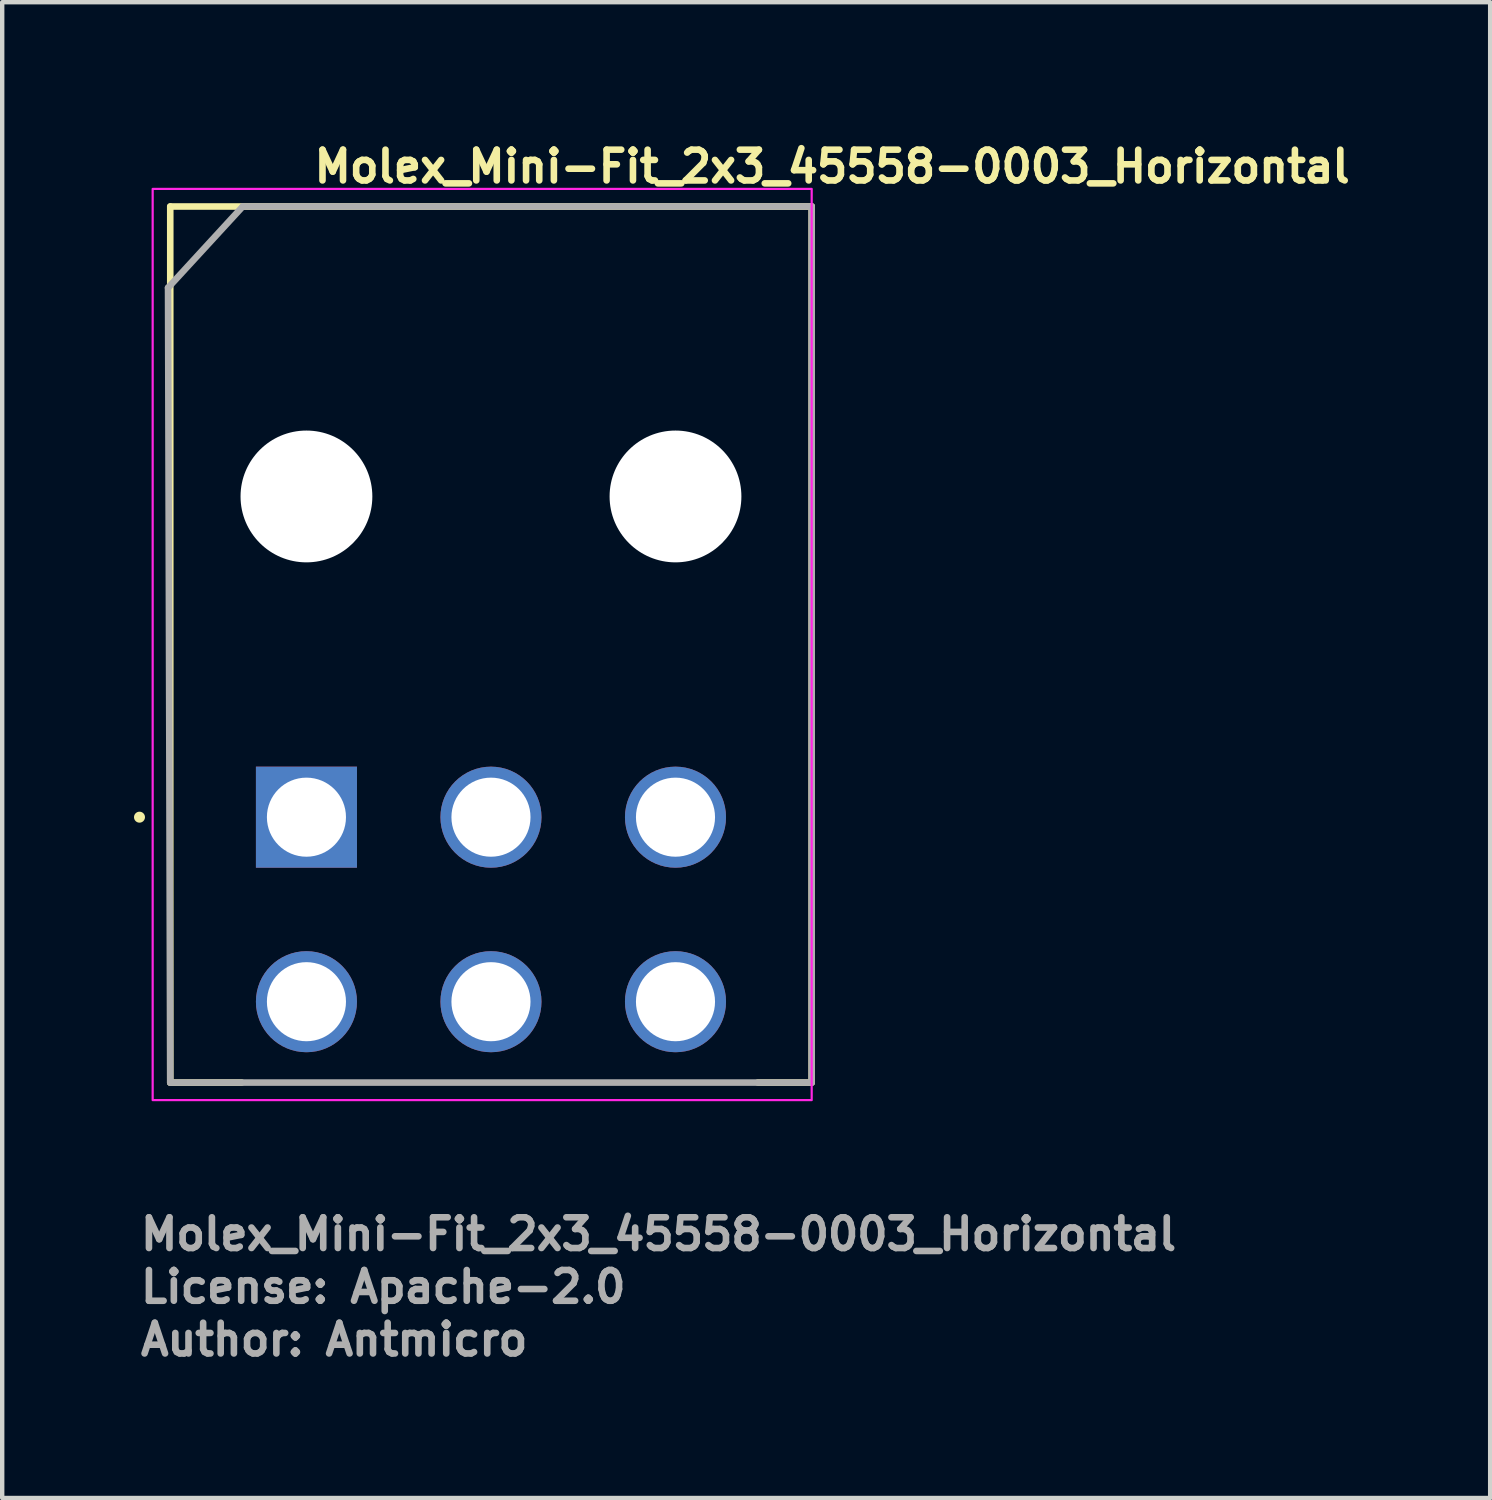
<source format=kicad_pcb>
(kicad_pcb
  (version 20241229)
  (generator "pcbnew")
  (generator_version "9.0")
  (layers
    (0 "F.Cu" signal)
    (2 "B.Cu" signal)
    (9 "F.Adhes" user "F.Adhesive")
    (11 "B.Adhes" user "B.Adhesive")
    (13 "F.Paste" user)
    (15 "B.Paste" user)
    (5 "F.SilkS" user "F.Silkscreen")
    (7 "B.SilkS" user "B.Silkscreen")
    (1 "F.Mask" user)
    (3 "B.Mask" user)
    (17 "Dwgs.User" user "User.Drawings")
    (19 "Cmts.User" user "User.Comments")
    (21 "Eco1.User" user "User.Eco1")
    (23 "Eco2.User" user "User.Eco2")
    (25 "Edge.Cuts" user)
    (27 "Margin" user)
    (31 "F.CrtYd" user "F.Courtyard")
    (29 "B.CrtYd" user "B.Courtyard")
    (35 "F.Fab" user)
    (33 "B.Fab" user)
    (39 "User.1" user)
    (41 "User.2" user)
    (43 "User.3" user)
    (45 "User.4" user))
  (footprint "Molex_Mini-Fit_2x3_45558-0003_Horizontal"
    (layer "F.Cu")
    (at 3.925 15.55)
    (property "Reference" "Molex_Mini-Fit_2x3_45558-0003_Horizontal" (at 0.1 -14.4 0) (layer "F.SilkS") (effects (font (size 0.7 0.7) (thickness 0.15)) (justify left bottom)))
    (attr through_hole)
    (fp_circle (center 0 -7.299) (end -0.788 -7.299) (stroke (width 1.576) (type solid)) (fill no) (layer "F.Mask"))
    (fp_circle (center 8.4 -7.299) (end 7.612 -7.299) (stroke (width 1.576) (type solid)) (fill no) (layer "F.Mask"))
    (fp_circle (center 0 -7.299) (end -0.788 -7.299) (stroke (width 1.576) (type solid)) (fill no) (layer "B.Mask"))
    (fp_circle (center 8.4 -7.299) (end 7.612 -7.299) (stroke (width 1.576) (type solid)) (fill no) (layer "B.Mask"))
    (fp_line (start -3.1 -13.9) (end 11.5 -13.9) (stroke (width 0.15) (type solid)) (layer "F.SilkS"))
    (fp_line (start -3.1 6.04) (end -3.1 -13.9) (stroke (width 0.15) (type solid)) (layer "F.SilkS"))
    (fp_line (start -3.1 6.04) (end -1.475 6.04) (stroke (width 0.15) (type solid)) (layer "F.SilkS"))
    (fp_line (start 11.5 -13.9) (end 11.5 6.04) (stroke (width 0.15) (type solid)) (layer "F.SilkS"))
    (fp_line (start 11.5 6.04) (end 10.276 6.04) (stroke (width 0.15) (type solid)) (layer "F.SilkS"))
    (fp_circle (center -3.8 0) (end -3.75 0) (stroke (width 0.15) (type solid)) (fill yes) (layer "F.SilkS"))
    (fp_rect (start -3.5 -14.3) (end 11.5 6.44) (stroke (width 0.05) (type solid)) (fill no) (layer "F.CrtYd"))
    (fp_line (start -3.15 -12.05) (end -1.45 -13.9) (stroke (width 0.15) (type solid)) (layer "F.Fab"))
    (fp_line (start -3.1 6.04) (end -3.15 -12.05) (stroke (width 0.15) (type solid)) (layer "F.Fab"))
    (fp_line (start -1.45 -13.9) (end 11.5 -13.9) (stroke (width 0.15) (type solid)) (layer "F.Fab"))
    (fp_line (start 11.5 -13.9) (end 11.5 6.04) (stroke (width 0.15) (type solid)) (layer "F.Fab"))
    (fp_line (start 11.5 6.04) (end -3.1 6.04) (stroke (width 0.15) (type solid)) (layer "F.Fab"))
    (fp_rect (start -3.1 -13.9) (end 11.1 6.035) (stroke (width 0.1) (type solid)) (fill no) (layer "User.5"))
    (fp_line (start -3.1 -13.9) (end -3.1 -1.1) (stroke (width 0.02) (type solid)) (layer "User.9"))
    (fp_line (start -2.982 -13.9) (end -3.1 -13.9) (stroke (width 0.02) (type solid)) (layer "User.9"))
    (fp_line (start -2.982 -13.9) (end -2.982 -13.9) (stroke (width 0.02) (type solid)) (layer "User.9"))
    (fp_line (start -2.982 -1.1) (end -3.1 -1.1) (stroke (width 0.02) (type solid)) (layer "User.9"))
    (fp_line (start -2.982 -1.1) (end -2.982 -1.1) (stroke (width 0.02) (type solid)) (layer "User.9"))
    (fp_line (start -2.7 -13.9) (end -2.982 -13.9) (stroke (width 0.02) (type solid)) (layer "User.9"))
    (fp_line (start -2.7 -13.9) (end -2.612 -13.9) (stroke (width 0.02) (type solid)) (layer "User.9"))
    (fp_line (start -2.7 -1.1) (end -2.982 -1.1) (stroke (width 0.02) (type solid)) (layer "User.9"))
    (fp_line (start -2.7 -1.1) (end -2.7 -13.9) (stroke (width 0.02) (type solid)) (layer "User.9"))
    (fp_line (start -2.612 -13.9) (end -2.612 -13.9) (stroke (width 0.02) (type solid)) (layer "User.9"))
    (fp_line (start -2.612 -13.9) (end -2.4 -13.9) (stroke (width 0.02) (type solid)) (layer "User.9"))
    (fp_line (start -2.612 -1.1) (end -2.7 -1.1) (stroke (width 0.02) (type solid)) (layer "User.9"))
    (fp_line (start -2.612 -1.1) (end -2.612 -1.1) (stroke (width 0.02) (type solid)) (layer "User.9"))
    (fp_line (start -2.4 -1.1) (end -2.612 -1.1) (stroke (width 0.02) (type solid)) (layer "User.9"))
    (fp_line (start -0.535 -1.1) (end -0.535 4.465) (stroke (width 0.02) (type solid)) (layer "User.9"))
    (fp_line (start -0.535 4.465) (end -0.535 4.983) (stroke (width 0.02) (type solid)) (layer "User.9"))
    (fp_line (start -0.535 4.983) (end -0.535 4.983) (stroke (width 0.02) (type solid)) (layer "User.9"))
    (fp_line (start -0.535 4.983) (end -0.535 5.146) (stroke (width 0.02) (type solid)) (layer "User.9"))
    (fp_line (start -0.535 5.146) (end -0.535 5.146) (stroke (width 0.02) (type solid)) (layer "User.9"))
    (fp_line (start -0.535 5.146) (end -0.535 5.3) (stroke (width 0.02) (type solid)) (layer "User.9"))
    (fp_line (start -0.535 5.3) (end -0.535 5.3) (stroke (width 0.02) (type solid)) (layer "User.9"))
    (fp_line (start -0.535 5.3) (end -0.535 5.443) (stroke (width 0.02) (type solid)) (layer "User.9"))
    (fp_line (start -0.535 5.443) (end -0.535 5.443) (stroke (width 0.02) (type solid)) (layer "User.9"))
    (fp_line (start -0.535 5.443) (end -0.535 5.575) (stroke (width 0.02) (type solid)) (layer "User.9"))
    (fp_line (start -0.535 5.575) (end -0.535 5.575) (stroke (width 0.02) (type solid)) (layer "User.9"))
    (fp_line (start -0.535 5.575) (end -0.535 5.692) (stroke (width 0.02) (type solid)) (layer "User.9"))
    (fp_line (start -0.535 5.692) (end -0.535 5.692) (stroke (width 0.02) (type solid)) (layer "User.9"))
    (fp_line (start -0.535 5.692) (end -0.535 5.794) (stroke (width 0.02) (type solid)) (layer "User.9"))
    (fp_line (start -0.535 5.794) (end -0.535 5.794) (stroke (width 0.02) (type solid)) (layer "User.9"))
    (fp_line (start -0.535 5.794) (end -0.535 5.879) (stroke (width 0.02) (type solid)) (layer "User.9"))
    (fp_line (start -0.535 5.879) (end -0.535 5.879) (stroke (width 0.02) (type solid)) (layer "User.9"))
    (fp_line (start -0.535 5.879) (end -0.535 5.946) (stroke (width 0.02) (type solid)) (layer "User.9"))
    (fp_line (start -0.535 5.946) (end -0.535 5.946) (stroke (width 0.02) (type solid)) (layer "User.9"))
    (fp_line (start -0.535 5.946) (end -0.535 5.995) (stroke (width 0.02) (type solid)) (layer "User.9"))
    (fp_line (start -0.535 5.995) (end -0.535 5.995) (stroke (width 0.02) (type solid)) (layer "User.9"))
    (fp_line (start -0.535 5.995) (end -0.535 6.025) (stroke (width 0.02) (type solid)) (layer "User.9"))
    (fp_line (start -0.535 6.025) (end -0.535 6.025) (stroke (width 0.02) (type solid)) (layer "User.9"))
    (fp_line (start -0.535 6.025) (end -0.535 6.035) (stroke (width 0.02) (type solid)) (layer "User.9"))
    (fp_line (start -0.535 6.035) (end 0.535 6.035) (stroke (width 0.02) (type solid)) (layer "User.9"))
    (fp_line (start 0.535 -1.1) (end 0.535 4.465) (stroke (width 0.02) (type solid)) (layer "User.9"))
    (fp_line (start 0.535 4.465) (end 0.535 4.983) (stroke (width 0.02) (type solid)) (layer "User.9"))
    (fp_line (start 0.535 4.983) (end 0.535 4.983) (stroke (width 0.02) (type solid)) (layer "User.9"))
    (fp_line (start 0.535 4.983) (end 0.535 5.146) (stroke (width 0.02) (type solid)) (layer "User.9"))
    (fp_line (start 0.535 5.146) (end 0.535 5.146) (stroke (width 0.02) (type solid)) (layer "User.9"))
    (fp_line (start 0.535 5.146) (end 0.535 5.3) (stroke (width 0.02) (type solid)) (layer "User.9"))
    (fp_line (start 0.535 5.3) (end 0.535 5.3) (stroke (width 0.02) (type solid)) (layer "User.9"))
    (fp_line (start 0.535 5.3) (end 0.535 5.443) (stroke (width 0.02) (type solid)) (layer "User.9"))
    (fp_line (start 0.535 5.443) (end 0.535 5.443) (stroke (width 0.02) (type solid)) (layer "User.9"))
    (fp_line (start 0.535 5.443) (end 0.535 5.575) (stroke (width 0.02) (type solid)) (layer "User.9"))
    (fp_line (start 0.535 5.575) (end 0.535 5.575) (stroke (width 0.02) (type solid)) (layer "User.9"))
    (fp_line (start 0.535 5.575) (end 0.535 5.692) (stroke (width 0.02) (type solid)) (layer "User.9"))
    (fp_line (start 0.535 5.692) (end 0.535 5.692) (stroke (width 0.02) (type solid)) (layer "User.9"))
    (fp_line (start 0.535 5.692) (end 0.535 5.794) (stroke (width 0.02) (type solid)) (layer "User.9"))
    (fp_line (start 0.535 5.794) (end 0.535 5.794) (stroke (width 0.02) (type solid)) (layer "User.9"))
    (fp_line (start 0.535 5.794) (end 0.535 5.879) (stroke (width 0.02) (type solid)) (layer "User.9"))
    (fp_line (start 0.535 5.879) (end 0.535 5.879) (stroke (width 0.02) (type solid)) (layer "User.9"))
    (fp_line (start 0.535 5.879) (end 0.535 5.946) (stroke (width 0.02) (type solid)) (layer "User.9"))
    (fp_line (start 0.535 5.946) (end 0.535 5.946) (stroke (width 0.02) (type solid)) (layer "User.9"))
    (fp_line (start 0.535 5.946) (end 0.535 5.995) (stroke (width 0.02) (type solid)) (layer "User.9"))
    (fp_line (start 0.535 5.995) (end 0.535 5.995) (stroke (width 0.02) (type solid)) (layer "User.9"))
    (fp_line (start 0.535 5.995) (end 0.535 6.025) (stroke (width 0.02) (type solid)) (layer "User.9"))
    (fp_line (start 0.535 6.025) (end 0.535 6.025) (stroke (width 0.02) (type solid)) (layer "User.9"))
    (fp_line (start 0.535 6.025) (end 0.535 6.035) (stroke (width 0.02) (type solid)) (layer "User.9"))
    (fp_line (start 2.5 -13.9) (end -2.4 -13.9) (stroke (width 0.02) (type solid)) (layer "User.9"))
    (fp_line (start 2.5 -11.55) (end 2.5 -13.9) (stroke (width 0.02) (type solid)) (layer "User.9"))
    (fp_line (start 2.5 -10.727) (end 2.5 -11.55) (stroke (width 0.02) (type solid)) (layer "User.9"))
    (fp_line (start 3.665 -1.1) (end 3.665 4.465) (stroke (width 0.02) (type solid)) (layer "User.9"))
    (fp_line (start 3.665 4.465) (end 3.665 4.983) (stroke (width 0.02) (type solid)) (layer "User.9"))
    (fp_line (start 3.665 4.983) (end 3.665 4.983) (stroke (width 0.02) (type solid)) (layer "User.9"))
    (fp_line (start 3.665 4.983) (end 3.665 5.146) (stroke (width 0.02) (type solid)) (layer "User.9"))
    (fp_line (start 3.665 5.146) (end 3.665 5.146) (stroke (width 0.02) (type solid)) (layer "User.9"))
    (fp_line (start 3.665 5.146) (end 3.665 5.3) (stroke (width 0.02) (type solid)) (layer "User.9"))
    (fp_line (start 3.665 5.3) (end 3.665 5.3) (stroke (width 0.02) (type solid)) (layer "User.9"))
    (fp_line (start 3.665 5.3) (end 3.665 5.443) (stroke (width 0.02) (type solid)) (layer "User.9"))
    (fp_line (start 3.665 5.443) (end 3.665 5.443) (stroke (width 0.02) (type solid)) (layer "User.9"))
    (fp_line (start 3.665 5.443) (end 3.665 5.575) (stroke (width 0.02) (type solid)) (layer "User.9"))
    (fp_line (start 3.665 5.575) (end 3.665 5.575) (stroke (width 0.02) (type solid)) (layer "User.9"))
    (fp_line (start 3.665 5.575) (end 3.665 5.692) (stroke (width 0.02) (type solid)) (layer "User.9"))
    (fp_line (start 3.665 5.692) (end 3.665 5.692) (stroke (width 0.02) (type solid)) (layer "User.9"))
    (fp_line (start 3.665 5.692) (end 3.665 5.794) (stroke (width 0.02) (type solid)) (layer "User.9"))
    (fp_line (start 3.665 5.794) (end 3.665 5.794) (stroke (width 0.02) (type solid)) (layer "User.9"))
    (fp_line (start 3.665 5.794) (end 3.665 5.879) (stroke (width 0.02) (type solid)) (layer "User.9"))
    (fp_line (start 3.665 5.879) (end 3.665 5.879) (stroke (width 0.02) (type solid)) (layer "User.9"))
    (fp_line (start 3.665 5.879) (end 3.665 5.946) (stroke (width 0.02) (type solid)) (layer "User.9"))
    (fp_line (start 3.665 5.946) (end 3.665 5.946) (stroke (width 0.02) (type solid)) (layer "User.9"))
    (fp_line (start 3.665 5.946) (end 3.665 5.995) (stroke (width 0.02) (type solid)) (layer "User.9"))
    (fp_line (start 3.665 5.995) (end 3.665 5.995) (stroke (width 0.02) (type solid)) (layer "User.9"))
    (fp_line (start 3.665 5.995) (end 3.665 6.025) (stroke (width 0.02) (type solid)) (layer "User.9"))
    (fp_line (start 3.665 6.025) (end 3.665 6.025) (stroke (width 0.02) (type solid)) (layer "User.9"))
    (fp_line (start 3.665 6.025) (end 3.665 6.035) (stroke (width 0.02) (type solid)) (layer "User.9"))
    (fp_line (start 3.665 6.035) (end 4.735 6.035) (stroke (width 0.02) (type solid)) (layer "User.9"))
    (fp_line (start 4.735 -1.1) (end 4.735 4.465) (stroke (width 0.02) (type solid)) (layer "User.9"))
    (fp_line (start 4.735 4.465) (end 4.735 4.983) (stroke (width 0.02) (type solid)) (layer "User.9"))
    (fp_line (start 4.735 4.983) (end 4.735 4.983) (stroke (width 0.02) (type solid)) (layer "User.9"))
    (fp_line (start 4.735 4.983) (end 4.735 5.146) (stroke (width 0.02) (type solid)) (layer "User.9"))
    (fp_line (start 4.735 5.146) (end 4.735 5.146) (stroke (width 0.02) (type solid)) (layer "User.9"))
    (fp_line (start 4.735 5.146) (end 4.735 5.3) (stroke (width 0.02) (type solid)) (layer "User.9"))
    (fp_line (start 4.735 5.3) (end 4.735 5.3) (stroke (width 0.02) (type solid)) (layer "User.9"))
    (fp_line (start 4.735 5.3) (end 4.735 5.443) (stroke (width 0.02) (type solid)) (layer "User.9"))
    (fp_line (start 4.735 5.443) (end 4.735 5.443) (stroke (width 0.02) (type solid)) (layer "User.9"))
    (fp_line (start 4.735 5.443) (end 4.735 5.575) (stroke (width 0.02) (type solid)) (layer "User.9"))
    (fp_line (start 4.735 5.575) (end 4.735 5.575) (stroke (width 0.02) (type solid)) (layer "User.9"))
    (fp_line (start 4.735 5.575) (end 4.735 5.692) (stroke (width 0.02) (type solid)) (layer "User.9"))
    (fp_line (start 4.735 5.692) (end 4.735 5.692) (stroke (width 0.02) (type solid)) (layer "User.9"))
    (fp_line (start 4.735 5.692) (end 4.735 5.794) (stroke (width 0.02) (type solid)) (layer "User.9"))
    (fp_line (start 4.735 5.794) (end 4.735 5.794) (stroke (width 0.02) (type solid)) (layer "User.9"))
    (fp_line (start 4.735 5.794) (end 4.735 5.879) (stroke (width 0.02) (type solid)) (layer "User.9"))
    (fp_line (start 4.735 5.879) (end 4.735 5.879) (stroke (width 0.02) (type solid)) (layer "User.9"))
    (fp_line (start 4.735 5.879) (end 4.735 5.946) (stroke (width 0.02) (type solid)) (layer "User.9"))
    (fp_line (start 4.735 5.946) (end 4.735 5.946) (stroke (width 0.02) (type solid)) (layer "User.9"))
    (fp_line (start 4.735 5.946) (end 4.735 5.995) (stroke (width 0.02) (type solid)) (layer "User.9"))
    (fp_line (start 4.735 5.995) (end 4.735 5.995) (stroke (width 0.02) (type solid)) (layer "User.9"))
    (fp_line (start 4.735 5.995) (end 4.735 6.025) (stroke (width 0.02) (type solid)) (layer "User.9"))
    (fp_line (start 4.735 6.025) (end 4.735 6.025) (stroke (width 0.02) (type solid)) (layer "User.9"))
    (fp_line (start 4.735 6.025) (end 4.735 6.035) (stroke (width 0.02) (type solid)) (layer "User.9"))
    (fp_line (start 5.9 -13.9) (end 2.5 -13.9) (stroke (width 0.02) (type solid)) (layer "User.9"))
    (fp_line (start 5.9 -11.55) (end 2.5 -11.55) (stroke (width 0.02) (type solid)) (layer "User.9"))
    (fp_line (start 5.9 -11.55) (end 5.9 -13.9) (stroke (width 0.02) (type solid)) (layer "User.9"))
    (fp_line (start 5.9 -10.727) (end 2.5 -10.727) (stroke (width 0.02) (type solid)) (layer "User.9"))
    (fp_line (start 5.9 -10.727) (end 5.9 -11.55) (stroke (width 0.02) (type solid)) (layer "User.9"))
    (fp_line (start 7.865 -1.1) (end 7.865 4.465) (stroke (width 0.02) (type solid)) (layer "User.9"))
    (fp_line (start 7.865 4.465) (end 7.865 4.983) (stroke (width 0.02) (type solid)) (layer "User.9"))
    (fp_line (start 7.865 4.983) (end 7.865 4.983) (stroke (width 0.02) (type solid)) (layer "User.9"))
    (fp_line (start 7.865 4.983) (end 7.865 5.146) (stroke (width 0.02) (type solid)) (layer "User.9"))
    (fp_line (start 7.865 5.146) (end 7.865 5.146) (stroke (width 0.02) (type solid)) (layer "User.9"))
    (fp_line (start 7.865 5.146) (end 7.865 5.3) (stroke (width 0.02) (type solid)) (layer "User.9"))
    (fp_line (start 7.865 5.3) (end 7.865 5.3) (stroke (width 0.02) (type solid)) (layer "User.9"))
    (fp_line (start 7.865 5.3) (end 7.865 5.443) (stroke (width 0.02) (type solid)) (layer "User.9"))
    (fp_line (start 7.865 5.443) (end 7.865 5.443) (stroke (width 0.02) (type solid)) (layer "User.9"))
    (fp_line (start 7.865 5.443) (end 7.865 5.575) (stroke (width 0.02) (type solid)) (layer "User.9"))
    (fp_line (start 7.865 5.575) (end 7.865 5.575) (stroke (width 0.02) (type solid)) (layer "User.9"))
    (fp_line (start 7.865 5.575) (end 7.865 5.692) (stroke (width 0.02) (type solid)) (layer "User.9"))
    (fp_line (start 7.865 5.692) (end 7.865 5.692) (stroke (width 0.02) (type solid)) (layer "User.9"))
    (fp_line (start 7.865 5.692) (end 7.865 5.794) (stroke (width 0.02) (type solid)) (layer "User.9"))
    (fp_line (start 7.865 5.794) (end 7.865 5.794) (stroke (width 0.02) (type solid)) (layer "User.9"))
    (fp_line (start 7.865 5.794) (end 7.865 5.879) (stroke (width 0.02) (type solid)) (layer "User.9"))
    (fp_line (start 7.865 5.879) (end 7.865 5.879) (stroke (width 0.02) (type solid)) (layer "User.9"))
    (fp_line (start 7.865 5.879) (end 7.865 5.946) (stroke (width 0.02) (type solid)) (layer "User.9"))
    (fp_line (start 7.865 5.946) (end 7.865 5.946) (stroke (width 0.02) (type solid)) (layer "User.9"))
    (fp_line (start 7.865 5.946) (end 7.865 5.995) (stroke (width 0.02) (type solid)) (layer "User.9"))
    (fp_line (start 7.865 5.995) (end 7.865 5.995) (stroke (width 0.02) (type solid)) (layer "User.9"))
    (fp_line (start 7.865 5.995) (end 7.865 6.025) (stroke (width 0.02) (type solid)) (layer "User.9"))
    (fp_line (start 7.865 6.025) (end 7.865 6.025) (stroke (width 0.02) (type solid)) (layer "User.9"))
    (fp_line (start 7.865 6.025) (end 7.865 6.035) (stroke (width 0.02) (type solid)) (layer "User.9"))
    (fp_line (start 7.865 6.035) (end 8.935 6.035) (stroke (width 0.02) (type solid)) (layer "User.9"))
    (fp_line (start 8.935 -1.1) (end 8.935 4.465) (stroke (width 0.02) (type solid)) (layer "User.9"))
    (fp_line (start 8.935 4.465) (end 8.935 4.983) (stroke (width 0.02) (type solid)) (layer "User.9"))
    (fp_line (start 8.935 4.983) (end 8.935 4.983) (stroke (width 0.02) (type solid)) (layer "User.9"))
    (fp_line (start 8.935 4.983) (end 8.935 5.146) (stroke (width 0.02) (type solid)) (layer "User.9"))
    (fp_line (start 8.935 5.146) (end 8.935 5.146) (stroke (width 0.02) (type solid)) (layer "User.9"))
    (fp_line (start 8.935 5.146) (end 8.935 5.3) (stroke (width 0.02) (type solid)) (layer "User.9"))
    (fp_line (start 8.935 5.3) (end 8.935 5.3) (stroke (width 0.02) (type solid)) (layer "User.9"))
    (fp_line (start 8.935 5.3) (end 8.935 5.443) (stroke (width 0.02) (type solid)) (layer "User.9"))
    (fp_line (start 8.935 5.443) (end 8.935 5.443) (stroke (width 0.02) (type solid)) (layer "User.9"))
    (fp_line (start 8.935 5.443) (end 8.935 5.575) (stroke (width 0.02) (type solid)) (layer "User.9"))
    (fp_line (start 8.935 5.575) (end 8.935 5.575) (stroke (width 0.02) (type solid)) (layer "User.9"))
    (fp_line (start 8.935 5.575) (end 8.935 5.692) (stroke (width 0.02) (type solid)) (layer "User.9"))
    (fp_line (start 8.935 5.692) (end 8.935 5.692) (stroke (width 0.02) (type solid)) (layer "User.9"))
    (fp_line (start 8.935 5.692) (end 8.935 5.794) (stroke (width 0.02) (type solid)) (layer "User.9"))
    (fp_line (start 8.935 5.794) (end 8.935 5.794) (stroke (width 0.02) (type solid)) (layer "User.9"))
    (fp_line (start 8.935 5.794) (end 8.935 5.879) (stroke (width 0.02) (type solid)) (layer "User.9"))
    (fp_line (start 8.935 5.879) (end 8.935 5.879) (stroke (width 0.02) (type solid)) (layer "User.9"))
    (fp_line (start 8.935 5.879) (end 8.935 5.946) (stroke (width 0.02) (type solid)) (layer "User.9"))
    (fp_line (start 8.935 5.946) (end 8.935 5.946) (stroke (width 0.02) (type solid)) (layer "User.9"))
    (fp_line (start 8.935 5.946) (end 8.935 5.995) (stroke (width 0.02) (type solid)) (layer "User.9"))
    (fp_line (start 8.935 5.995) (end 8.935 5.995) (stroke (width 0.02) (type solid)) (layer "User.9"))
    (fp_line (start 8.935 5.995) (end 8.935 6.025) (stroke (width 0.02) (type solid)) (layer "User.9"))
    (fp_line (start 8.935 6.025) (end 8.935 6.025) (stroke (width 0.02) (type solid)) (layer "User.9"))
    (fp_line (start 8.935 6.025) (end 8.935 6.035) (stroke (width 0.02) (type solid)) (layer "User.9"))
    (fp_line (start 10.8 -13.9) (end 5.9 -13.9) (stroke (width 0.02) (type solid)) (layer "User.9"))
    (fp_line (start 10.8 -13.9) (end 11.012 -13.9) (stroke (width 0.02) (type solid)) (layer "User.9"))
    (fp_line (start 10.8 -1.1) (end -2.4 -1.1) (stroke (width 0.02) (type solid)) (layer "User.9"))
    (fp_line (start 11.012 -13.9) (end 11.012 -13.9) (stroke (width 0.02) (type solid)) (layer "User.9"))
    (fp_line (start 11.012 -13.9) (end 11.1 -13.9) (stroke (width 0.02) (type solid)) (layer "User.9"))
    (fp_line (start 11.012 -1.1) (end 10.8 -1.1) (stroke (width 0.02) (type solid)) (layer "User.9"))
    (fp_line (start 11.012 -1.1) (end 11.012 -1.1) (stroke (width 0.02) (type solid)) (layer "User.9"))
    (fp_line (start 11.1 -1.1) (end 11.012 -1.1) (stroke (width 0.02) (type solid)) (layer "User.9"))
    (fp_line (start 11.1 -1.1) (end 11.1 -13.9) (stroke (width 0.02) (type solid)) (layer "User.9"))
    (fp_text user "License: Apache-2.0" (at -3.85 11.1 0) (layer "F.Fab") (effects (font (size 0.7 0.7) (thickness 0.15)) (justify left bottom)))
    (fp_text user "Author: Antmicro" (at -3.85 12.3 0) (layer "F.Fab") (effects (font (size 0.7 0.7) (thickness 0.15)) (justify left bottom)))
    (fp_text user "${REFERENCE}" (at -3.85 9.9 0) (layer "F.Fab") (effects (font (size 0.7 0.7) (thickness 0.15)) (justify left bottom)))
    (pad "" np_thru_hole circle (at 0 -7.3 180) (size 3 3) (drill 3) (layers "*.Cu" "*.Mask"))
    (pad "" np_thru_hole circle (at 8.4 -7.3 180) (size 3 3) (drill 3) (layers "*.Cu" "*.Mask"))
    (pad "1" thru_hole rect (at 0 0 180) (size 2.3 2.3) (drill 1.8) (layers "*.Cu" "*.Mask"))
    (pad "2" thru_hole circle (at 4.2 0 180) (size 2.3 2.3) (drill 1.8) (layers "*.Cu" "*.Mask"))
    (pad "3" thru_hole circle (at 8.4 0 180) (size 2.3 2.3) (drill 1.8) (layers "*.Cu" "*.Mask"))
    (pad "4" thru_hole circle (at 8.4 4.2 180) (size 2.3 2.3) (drill 1.8) (layers "*.Cu" "*.Mask"))
    (pad "5" thru_hole circle (at 4.2 4.2 180) (size 2.3 2.3) (drill 1.8) (layers "*.Cu" "*.Mask"))
    (pad "6" thru_hole circle (at 0 4.2 180) (size 2.3 2.3) (drill 1.8) (layers "*.Cu" "*.Mask")))
  (gr_rect
    (start -3 -3)
    (end 30.868 31.046)
    (stroke (width 0.1) (type default))
    (fill no)
    (layer "Edge.Cuts")))
</source>
